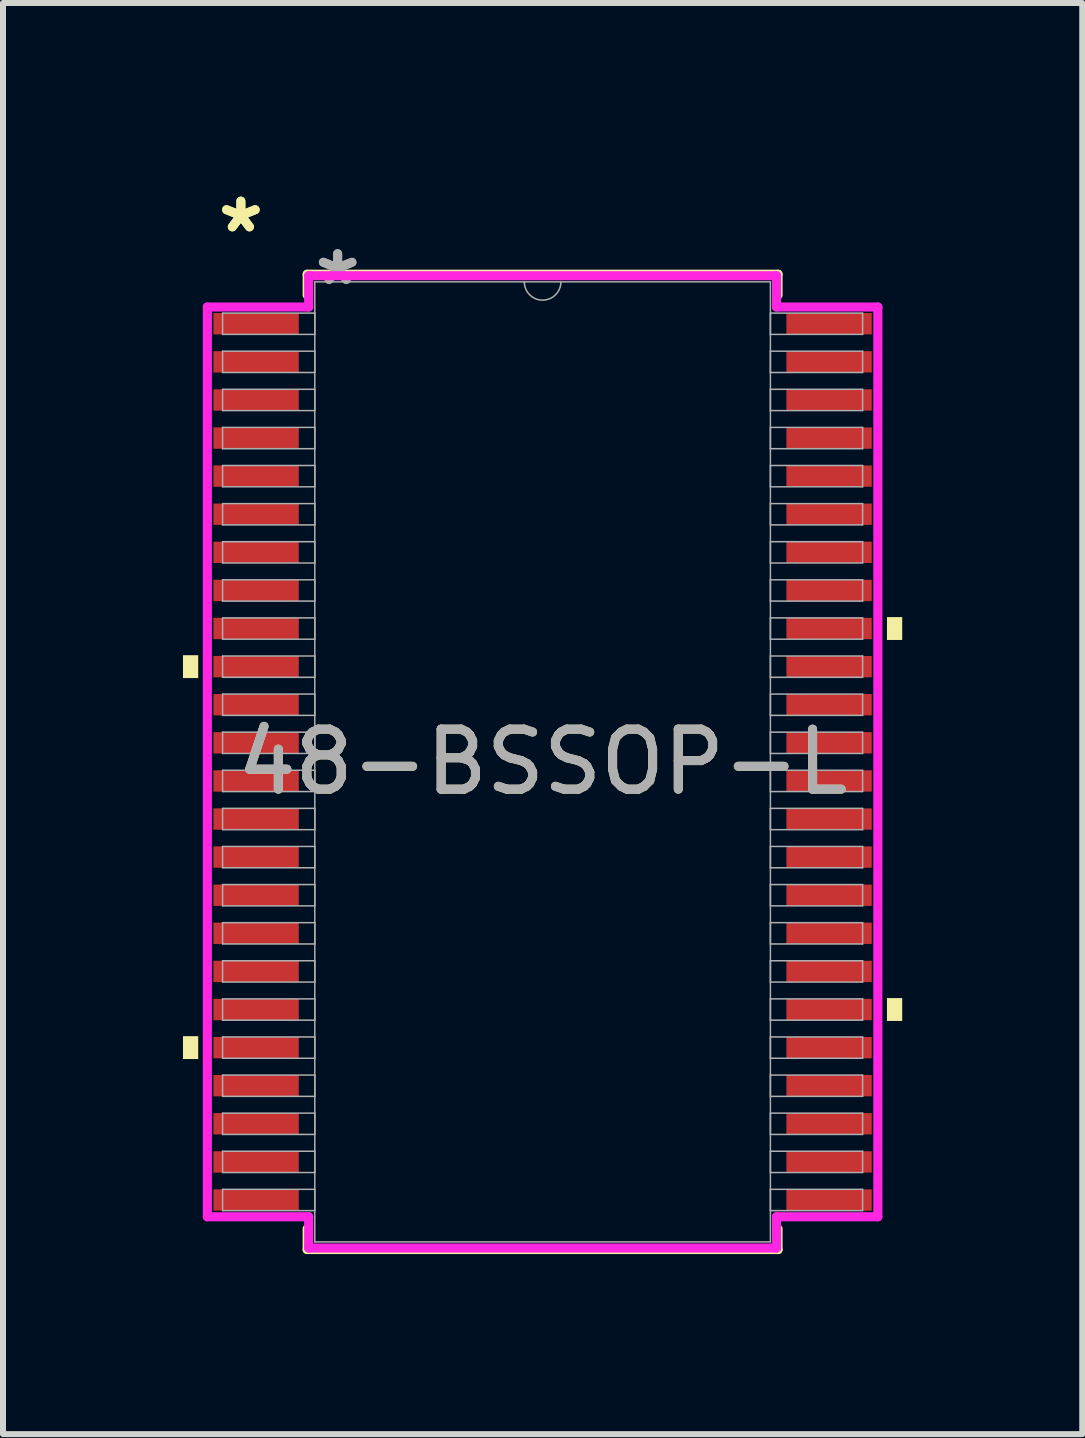
<source format=kicad_pcb>
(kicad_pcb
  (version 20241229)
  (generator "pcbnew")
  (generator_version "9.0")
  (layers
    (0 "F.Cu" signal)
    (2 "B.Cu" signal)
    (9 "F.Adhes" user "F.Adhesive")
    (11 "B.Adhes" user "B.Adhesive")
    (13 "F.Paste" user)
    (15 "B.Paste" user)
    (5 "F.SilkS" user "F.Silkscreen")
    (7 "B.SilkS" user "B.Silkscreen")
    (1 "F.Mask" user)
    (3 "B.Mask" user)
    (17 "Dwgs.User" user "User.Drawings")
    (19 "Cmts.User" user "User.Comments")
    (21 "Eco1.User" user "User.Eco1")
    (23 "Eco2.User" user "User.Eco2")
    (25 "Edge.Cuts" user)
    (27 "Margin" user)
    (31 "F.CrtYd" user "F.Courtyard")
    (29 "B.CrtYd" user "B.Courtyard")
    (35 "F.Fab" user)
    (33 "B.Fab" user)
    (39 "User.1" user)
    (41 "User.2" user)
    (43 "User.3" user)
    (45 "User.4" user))
  (footprint "48-BSSOP-L"
    (layer "F.Cu")
    (at 5.994 9.649)
    (property "Reference" "48-BSSOP-L" (at 0 0 0) (unlocked yes) (layer "F.SilkS") (effects (font (size 1 1) (thickness 0.15))))
    (attr smd)
    (fp_line (start -3.924 -8.128) (end -3.924 -7.782) (stroke (width 0.152) (type solid)) (layer "F.SilkS"))
    (fp_line (start -3.924 7.782) (end -3.924 8.128) (stroke (width 0.152) (type solid)) (layer "F.SilkS"))
    (fp_line (start -3.924 8.128) (end 3.924 8.128) (stroke (width 0.152) (type solid)) (layer "F.SilkS"))
    (fp_line (start 3.924 -8.128) (end -3.924 -8.128) (stroke (width 0.152) (type solid)) (layer "F.SilkS"))
    (fp_line (start 3.924 -7.782) (end 3.924 -8.128) (stroke (width 0.152) (type solid)) (layer "F.SilkS"))
    (fp_line (start 3.924 8.128) (end 3.924 7.782) (stroke (width 0.152) (type solid)) (layer "F.SilkS"))
    (fp_poly (pts (xy -5.994 -1.778) (xy -5.994 -1.397) (xy -5.74 -1.397) (xy -5.74 -1.778)) (stroke (width 0) (type solid)) (fill yes) (layer "F.SilkS"))
    (fp_poly (pts (xy -5.994 4.572) (xy -5.994 4.953) (xy -5.74 4.953) (xy -5.74 4.572)) (stroke (width 0) (type solid)) (fill yes) (layer "F.SilkS"))
    (fp_poly (pts (xy 5.994 -2.413) (xy 5.994 -2.032) (xy 5.74 -2.032) (xy 5.74 -2.413)) (stroke (width 0) (type solid)) (fill yes) (layer "F.SilkS"))
    (fp_poly (pts (xy 5.994 3.937) (xy 5.994 4.318) (xy 5.74 4.318) (xy 5.74 3.937)) (stroke (width 0) (type solid)) (fill yes) (layer "F.SilkS"))
    (fp_line (start -5.588 -7.582) (end -3.899 -7.582) (stroke (width 0.152) (type solid)) (layer "F.CrtYd"))
    (fp_line (start -5.588 7.582) (end -5.588 -7.582) (stroke (width 0.152) (type solid)) (layer "F.CrtYd"))
    (fp_line (start -5.588 7.582) (end -3.899 7.582) (stroke (width 0.152) (type solid)) (layer "F.CrtYd"))
    (fp_line (start -3.899 -8.103) (end 3.899 -8.103) (stroke (width 0.152) (type solid)) (layer "F.CrtYd"))
    (fp_line (start -3.899 -7.582) (end -3.899 -8.103) (stroke (width 0.152) (type solid)) (layer "F.CrtYd"))
    (fp_line (start -3.899 8.103) (end -3.899 7.582) (stroke (width 0.152) (type solid)) (layer "F.CrtYd"))
    (fp_line (start 3.899 -8.103) (end 3.899 -7.582) (stroke (width 0.152) (type solid)) (layer "F.CrtYd"))
    (fp_line (start 3.899 7.582) (end 3.899 8.103) (stroke (width 0.152) (type solid)) (layer "F.CrtYd"))
    (fp_line (start 3.899 8.103) (end -3.899 8.103) (stroke (width 0.152) (type solid)) (layer "F.CrtYd"))
    (fp_line (start 5.588 -7.582) (end 3.899 -7.582) (stroke (width 0.152) (type solid)) (layer "F.CrtYd"))
    (fp_line (start 5.588 -7.582) (end 5.588 7.582) (stroke (width 0.152) (type solid)) (layer "F.CrtYd"))
    (fp_line (start 5.588 7.582) (end 3.899 7.582) (stroke (width 0.152) (type solid)) (layer "F.CrtYd"))
    (fp_line (start -5.334 -7.48) (end -5.334 -7.125) (stroke (width 0.025) (type solid)) (layer "F.Fab"))
    (fp_line (start -5.334 -7.125) (end -3.797 -7.125) (stroke (width 0.025) (type solid)) (layer "F.Fab"))
    (fp_line (start -5.334 -6.845) (end -5.334 -6.49) (stroke (width 0.025) (type solid)) (layer "F.Fab"))
    (fp_line (start -5.334 -6.49) (end -3.797 -6.49) (stroke (width 0.025) (type solid)) (layer "F.Fab"))
    (fp_line (start -5.334 -6.21) (end -5.334 -5.855) (stroke (width 0.025) (type solid)) (layer "F.Fab"))
    (fp_line (start -5.334 -5.855) (end -3.797 -5.855) (stroke (width 0.025) (type solid)) (layer "F.Fab"))
    (fp_line (start -5.334 -5.575) (end -5.334 -5.22) (stroke (width 0.025) (type solid)) (layer "F.Fab"))
    (fp_line (start -5.334 -5.22) (end -3.797 -5.22) (stroke (width 0.025) (type solid)) (layer "F.Fab"))
    (fp_line (start -5.334 -4.94) (end -5.334 -4.585) (stroke (width 0.025) (type solid)) (layer "F.Fab"))
    (fp_line (start -5.334 -4.585) (end -3.797 -4.585) (stroke (width 0.025) (type solid)) (layer "F.Fab"))
    (fp_line (start -5.334 -4.305) (end -5.334 -3.95) (stroke (width 0.025) (type solid)) (layer "F.Fab"))
    (fp_line (start -5.334 -3.95) (end -3.797 -3.95) (stroke (width 0.025) (type solid)) (layer "F.Fab"))
    (fp_line (start -5.334 -3.67) (end -5.334 -3.315) (stroke (width 0.025) (type solid)) (layer "F.Fab"))
    (fp_line (start -5.334 -3.315) (end -3.797 -3.315) (stroke (width 0.025) (type solid)) (layer "F.Fab"))
    (fp_line (start -5.334 -3.035) (end -5.334 -2.68) (stroke (width 0.025) (type solid)) (layer "F.Fab"))
    (fp_line (start -5.334 -2.68) (end -3.797 -2.68) (stroke (width 0.025) (type solid)) (layer "F.Fab"))
    (fp_line (start -5.334 -2.4) (end -5.334 -2.045) (stroke (width 0.025) (type solid)) (layer "F.Fab"))
    (fp_line (start -5.334 -2.045) (end -3.797 -2.045) (stroke (width 0.025) (type solid)) (layer "F.Fab"))
    (fp_line (start -5.334 -1.765) (end -5.334 -1.41) (stroke (width 0.025) (type solid)) (layer "F.Fab"))
    (fp_line (start -5.334 -1.41) (end -3.797 -1.41) (stroke (width 0.025) (type solid)) (layer "F.Fab"))
    (fp_line (start -5.334 -1.13) (end -5.334 -0.775) (stroke (width 0.025) (type solid)) (layer "F.Fab"))
    (fp_line (start -5.334 -0.775) (end -3.797 -0.775) (stroke (width 0.025) (type solid)) (layer "F.Fab"))
    (fp_line (start -5.334 -0.495) (end -5.334 -0.14) (stroke (width 0.025) (type solid)) (layer "F.Fab"))
    (fp_line (start -5.334 -0.14) (end -3.797 -0.14) (stroke (width 0.025) (type solid)) (layer "F.Fab"))
    (fp_line (start -5.334 0.14) (end -5.334 0.495) (stroke (width 0.025) (type solid)) (layer "F.Fab"))
    (fp_line (start -5.334 0.495) (end -3.797 0.495) (stroke (width 0.025) (type solid)) (layer "F.Fab"))
    (fp_line (start -5.334 0.775) (end -5.334 1.13) (stroke (width 0.025) (type solid)) (layer "F.Fab"))
    (fp_line (start -5.334 1.13) (end -3.797 1.13) (stroke (width 0.025) (type solid)) (layer "F.Fab"))
    (fp_line (start -5.334 1.41) (end -5.334 1.765) (stroke (width 0.025) (type solid)) (layer "F.Fab"))
    (fp_line (start -5.334 1.765) (end -3.797 1.765) (stroke (width 0.025) (type solid)) (layer "F.Fab"))
    (fp_line (start -5.334 2.045) (end -5.334 2.4) (stroke (width 0.025) (type solid)) (layer "F.Fab"))
    (fp_line (start -5.334 2.4) (end -3.797 2.4) (stroke (width 0.025) (type solid)) (layer "F.Fab"))
    (fp_line (start -5.334 2.68) (end -5.334 3.035) (stroke (width 0.025) (type solid)) (layer "F.Fab"))
    (fp_line (start -5.334 3.035) (end -3.797 3.035) (stroke (width 0.025) (type solid)) (layer "F.Fab"))
    (fp_line (start -5.334 3.315) (end -5.334 3.67) (stroke (width 0.025) (type solid)) (layer "F.Fab"))
    (fp_line (start -5.334 3.67) (end -3.797 3.67) (stroke (width 0.025) (type solid)) (layer "F.Fab"))
    (fp_line (start -5.334 3.95) (end -5.334 4.305) (stroke (width 0.025) (type solid)) (layer "F.Fab"))
    (fp_line (start -5.334 4.305) (end -3.797 4.305) (stroke (width 0.025) (type solid)) (layer "F.Fab"))
    (fp_line (start -5.334 4.585) (end -5.334 4.94) (stroke (width 0.025) (type solid)) (layer "F.Fab"))
    (fp_line (start -5.334 4.94) (end -3.797 4.94) (stroke (width 0.025) (type solid)) (layer "F.Fab"))
    (fp_line (start -5.334 5.22) (end -5.334 5.575) (stroke (width 0.025) (type solid)) (layer "F.Fab"))
    (fp_line (start -5.334 5.575) (end -3.797 5.575) (stroke (width 0.025) (type solid)) (layer "F.Fab"))
    (fp_line (start -5.334 5.855) (end -5.334 6.21) (stroke (width 0.025) (type solid)) (layer "F.Fab"))
    (fp_line (start -5.334 6.21) (end -3.797 6.21) (stroke (width 0.025) (type solid)) (layer "F.Fab"))
    (fp_line (start -5.334 6.49) (end -5.334 6.845) (stroke (width 0.025) (type solid)) (layer "F.Fab"))
    (fp_line (start -5.334 6.845) (end -3.797 6.845) (stroke (width 0.025) (type solid)) (layer "F.Fab"))
    (fp_line (start -5.334 7.125) (end -5.334 7.48) (stroke (width 0.025) (type solid)) (layer "F.Fab"))
    (fp_line (start -5.334 7.48) (end -3.797 7.48) (stroke (width 0.025) (type solid)) (layer "F.Fab"))
    (fp_line (start -3.797 -8.001) (end -3.797 8.001) (stroke (width 0.025) (type solid)) (layer "F.Fab"))
    (fp_line (start -3.797 -7.48) (end -5.334 -7.48) (stroke (width 0.025) (type solid)) (layer "F.Fab"))
    (fp_line (start -3.797 -7.125) (end -3.797 -7.48) (stroke (width 0.025) (type solid)) (layer "F.Fab"))
    (fp_line (start -3.797 -6.845) (end -5.334 -6.845) (stroke (width 0.025) (type solid)) (layer "F.Fab"))
    (fp_line (start -3.797 -6.49) (end -3.797 -6.845) (stroke (width 0.025) (type solid)) (layer "F.Fab"))
    (fp_line (start -3.797 -6.21) (end -5.334 -6.21) (stroke (width 0.025) (type solid)) (layer "F.Fab"))
    (fp_line (start -3.797 -5.855) (end -3.797 -6.21) (stroke (width 0.025) (type solid)) (layer "F.Fab"))
    (fp_line (start -3.797 -5.575) (end -5.334 -5.575) (stroke (width 0.025) (type solid)) (layer "F.Fab"))
    (fp_line (start -3.797 -5.22) (end -3.797 -5.575) (stroke (width 0.025) (type solid)) (layer "F.Fab"))
    (fp_line (start -3.797 -4.94) (end -5.334 -4.94) (stroke (width 0.025) (type solid)) (layer "F.Fab"))
    (fp_line (start -3.797 -4.585) (end -3.797 -4.94) (stroke (width 0.025) (type solid)) (layer "F.Fab"))
    (fp_line (start -3.797 -4.305) (end -5.334 -4.305) (stroke (width 0.025) (type solid)) (layer "F.Fab"))
    (fp_line (start -3.797 -3.95) (end -3.797 -4.305) (stroke (width 0.025) (type solid)) (layer "F.Fab"))
    (fp_line (start -3.797 -3.67) (end -5.334 -3.67) (stroke (width 0.025) (type solid)) (layer "F.Fab"))
    (fp_line (start -3.797 -3.315) (end -3.797 -3.67) (stroke (width 0.025) (type solid)) (layer "F.Fab"))
    (fp_line (start -3.797 -3.035) (end -5.334 -3.035) (stroke (width 0.025) (type solid)) (layer "F.Fab"))
    (fp_line (start -3.797 -2.68) (end -3.797 -3.035) (stroke (width 0.025) (type solid)) (layer "F.Fab"))
    (fp_line (start -3.797 -2.4) (end -5.334 -2.4) (stroke (width 0.025) (type solid)) (layer "F.Fab"))
    (fp_line (start -3.797 -2.045) (end -3.797 -2.4) (stroke (width 0.025) (type solid)) (layer "F.Fab"))
    (fp_line (start -3.797 -1.765) (end -5.334 -1.765) (stroke (width 0.025) (type solid)) (layer "F.Fab"))
    (fp_line (start -3.797 -1.41) (end -3.797 -1.765) (stroke (width 0.025) (type solid)) (layer "F.Fab"))
    (fp_line (start -3.797 -1.13) (end -5.334 -1.13) (stroke (width 0.025) (type solid)) (layer "F.Fab"))
    (fp_line (start -3.797 -0.775) (end -3.797 -1.13) (stroke (width 0.025) (type solid)) (layer "F.Fab"))
    (fp_line (start -3.797 -0.495) (end -5.334 -0.495) (stroke (width 0.025) (type solid)) (layer "F.Fab"))
    (fp_line (start -3.797 -0.14) (end -3.797 -0.495) (stroke (width 0.025) (type solid)) (layer "F.Fab"))
    (fp_line (start -3.797 0.14) (end -5.334 0.14) (stroke (width 0.025) (type solid)) (layer "F.Fab"))
    (fp_line (start -3.797 0.495) (end -3.797 0.14) (stroke (width 0.025) (type solid)) (layer "F.Fab"))
    (fp_line (start -3.797 0.775) (end -5.334 0.775) (stroke (width 0.025) (type solid)) (layer "F.Fab"))
    (fp_line (start -3.797 1.13) (end -3.797 0.775) (stroke (width 0.025) (type solid)) (layer "F.Fab"))
    (fp_line (start -3.797 1.41) (end -5.334 1.41) (stroke (width 0.025) (type solid)) (layer "F.Fab"))
    (fp_line (start -3.797 1.765) (end -3.797 1.41) (stroke (width 0.025) (type solid)) (layer "F.Fab"))
    (fp_line (start -3.797 2.045) (end -5.334 2.045) (stroke (width 0.025) (type solid)) (layer "F.Fab"))
    (fp_line (start -3.797 2.4) (end -3.797 2.045) (stroke (width 0.025) (type solid)) (layer "F.Fab"))
    (fp_line (start -3.797 2.68) (end -5.334 2.68) (stroke (width 0.025) (type solid)) (layer "F.Fab"))
    (fp_line (start -3.797 3.035) (end -3.797 2.68) (stroke (width 0.025) (type solid)) (layer "F.Fab"))
    (fp_line (start -3.797 3.315) (end -5.334 3.315) (stroke (width 0.025) (type solid)) (layer "F.Fab"))
    (fp_line (start -3.797 3.67) (end -3.797 3.315) (stroke (width 0.025) (type solid)) (layer "F.Fab"))
    (fp_line (start -3.797 3.95) (end -5.334 3.95) (stroke (width 0.025) (type solid)) (layer "F.Fab"))
    (fp_line (start -3.797 4.305) (end -3.797 3.95) (stroke (width 0.025) (type solid)) (layer "F.Fab"))
    (fp_line (start -3.797 4.585) (end -5.334 4.585) (stroke (width 0.025) (type solid)) (layer "F.Fab"))
    (fp_line (start -3.797 4.94) (end -3.797 4.585) (stroke (width 0.025) (type solid)) (layer "F.Fab"))
    (fp_line (start -3.797 5.22) (end -5.334 5.22) (stroke (width 0.025) (type solid)) (layer "F.Fab"))
    (fp_line (start -3.797 5.575) (end -3.797 5.22) (stroke (width 0.025) (type solid)) (layer "F.Fab"))
    (fp_line (start -3.797 5.855) (end -5.334 5.855) (stroke (width 0.025) (type solid)) (layer "F.Fab"))
    (fp_line (start -3.797 6.21) (end -3.797 5.855) (stroke (width 0.025) (type solid)) (layer "F.Fab"))
    (fp_line (start -3.797 6.49) (end -5.334 6.49) (stroke (width 0.025) (type solid)) (layer "F.Fab"))
    (fp_line (start -3.797 6.845) (end -3.797 6.49) (stroke (width 0.025) (type solid)) (layer "F.Fab"))
    (fp_line (start -3.797 7.125) (end -5.334 7.125) (stroke (width 0.025) (type solid)) (layer "F.Fab"))
    (fp_line (start -3.797 7.48) (end -3.797 7.125) (stroke (width 0.025) (type solid)) (layer "F.Fab"))
    (fp_line (start -3.797 8.001) (end 3.797 8.001) (stroke (width 0.025) (type solid)) (layer "F.Fab"))
    (fp_line (start 3.797 -8.001) (end -3.797 -8.001) (stroke (width 0.025) (type solid)) (layer "F.Fab"))
    (fp_line (start 3.797 -7.48) (end 3.797 -7.125) (stroke (width 0.025) (type solid)) (layer "F.Fab"))
    (fp_line (start 3.797 -7.125) (end 5.334 -7.125) (stroke (width 0.025) (type solid)) (layer "F.Fab"))
    (fp_line (start 3.797 -6.845) (end 3.797 -6.49) (stroke (width 0.025) (type solid)) (layer "F.Fab"))
    (fp_line (start 3.797 -6.49) (end 5.334 -6.49) (stroke (width 0.025) (type solid)) (layer "F.Fab"))
    (fp_line (start 3.797 -6.21) (end 3.797 -5.855) (stroke (width 0.025) (type solid)) (layer "F.Fab"))
    (fp_line (start 3.797 -5.855) (end 5.334 -5.855) (stroke (width 0.025) (type solid)) (layer "F.Fab"))
    (fp_line (start 3.797 -5.575) (end 3.797 -5.22) (stroke (width 0.025) (type solid)) (layer "F.Fab"))
    (fp_line (start 3.797 -5.22) (end 5.334 -5.22) (stroke (width 0.025) (type solid)) (layer "F.Fab"))
    (fp_line (start 3.797 -4.94) (end 3.797 -4.585) (stroke (width 0.025) (type solid)) (layer "F.Fab"))
    (fp_line (start 3.797 -4.585) (end 5.334 -4.585) (stroke (width 0.025) (type solid)) (layer "F.Fab"))
    (fp_line (start 3.797 -4.305) (end 3.797 -3.95) (stroke (width 0.025) (type solid)) (layer "F.Fab"))
    (fp_line (start 3.797 -3.95) (end 5.334 -3.95) (stroke (width 0.025) (type solid)) (layer "F.Fab"))
    (fp_line (start 3.797 -3.67) (end 3.797 -3.315) (stroke (width 0.025) (type solid)) (layer "F.Fab"))
    (fp_line (start 3.797 -3.315) (end 5.334 -3.315) (stroke (width 0.025) (type solid)) (layer "F.Fab"))
    (fp_line (start 3.797 -3.035) (end 3.797 -2.68) (stroke (width 0.025) (type solid)) (layer "F.Fab"))
    (fp_line (start 3.797 -2.68) (end 5.334 -2.68) (stroke (width 0.025) (type solid)) (layer "F.Fab"))
    (fp_line (start 3.797 -2.4) (end 3.797 -2.045) (stroke (width 0.025) (type solid)) (layer "F.Fab"))
    (fp_line (start 3.797 -2.045) (end 5.334 -2.045) (stroke (width 0.025) (type solid)) (layer "F.Fab"))
    (fp_line (start 3.797 -1.765) (end 3.797 -1.41) (stroke (width 0.025) (type solid)) (layer "F.Fab"))
    (fp_line (start 3.797 -1.41) (end 5.334 -1.41) (stroke (width 0.025) (type solid)) (layer "F.Fab"))
    (fp_line (start 3.797 -1.13) (end 3.797 -0.775) (stroke (width 0.025) (type solid)) (layer "F.Fab"))
    (fp_line (start 3.797 -0.775) (end 5.334 -0.775) (stroke (width 0.025) (type solid)) (layer "F.Fab"))
    (fp_line (start 3.797 -0.495) (end 3.797 -0.14) (stroke (width 0.025) (type solid)) (layer "F.Fab"))
    (fp_line (start 3.797 -0.14) (end 5.334 -0.14) (stroke (width 0.025) (type solid)) (layer "F.Fab"))
    (fp_line (start 3.797 0.14) (end 3.797 0.495) (stroke (width 0.025) (type solid)) (layer "F.Fab"))
    (fp_line (start 3.797 0.495) (end 5.334 0.495) (stroke (width 0.025) (type solid)) (layer "F.Fab"))
    (fp_line (start 3.797 0.775) (end 3.797 1.13) (stroke (width 0.025) (type solid)) (layer "F.Fab"))
    (fp_line (start 3.797 1.13) (end 5.334 1.13) (stroke (width 0.025) (type solid)) (layer "F.Fab"))
    (fp_line (start 3.797 1.41) (end 3.797 1.765) (stroke (width 0.025) (type solid)) (layer "F.Fab"))
    (fp_line (start 3.797 1.765) (end 5.334 1.765) (stroke (width 0.025) (type solid)) (layer "F.Fab"))
    (fp_line (start 3.797 2.045) (end 3.797 2.4) (stroke (width 0.025) (type solid)) (layer "F.Fab"))
    (fp_line (start 3.797 2.4) (end 5.334 2.4) (stroke (width 0.025) (type solid)) (layer "F.Fab"))
    (fp_line (start 3.797 2.68) (end 3.797 3.035) (stroke (width 0.025) (type solid)) (layer "F.Fab"))
    (fp_line (start 3.797 3.035) (end 5.334 3.035) (stroke (width 0.025) (type solid)) (layer "F.Fab"))
    (fp_line (start 3.797 3.315) (end 3.797 3.67) (stroke (width 0.025) (type solid)) (layer "F.Fab"))
    (fp_line (start 3.797 3.67) (end 5.334 3.67) (stroke (width 0.025) (type solid)) (layer "F.Fab"))
    (fp_line (start 3.797 3.95) (end 3.797 4.305) (stroke (width 0.025) (type solid)) (layer "F.Fab"))
    (fp_line (start 3.797 4.305) (end 5.334 4.305) (stroke (width 0.025) (type solid)) (layer "F.Fab"))
    (fp_line (start 3.797 4.585) (end 3.797 4.94) (stroke (width 0.025) (type solid)) (layer "F.Fab"))
    (fp_line (start 3.797 4.94) (end 5.334 4.94) (stroke (width 0.025) (type solid)) (layer "F.Fab"))
    (fp_line (start 3.797 5.22) (end 3.797 5.575) (stroke (width 0.025) (type solid)) (layer "F.Fab"))
    (fp_line (start 3.797 5.575) (end 5.334 5.575) (stroke (width 0.025) (type solid)) (layer "F.Fab"))
    (fp_line (start 3.797 5.855) (end 3.797 6.21) (stroke (width 0.025) (type solid)) (layer "F.Fab"))
    (fp_line (start 3.797 6.21) (end 5.334 6.21) (stroke (width 0.025) (type solid)) (layer "F.Fab"))
    (fp_line (start 3.797 6.49) (end 3.797 6.845) (stroke (width 0.025) (type solid)) (layer "F.Fab"))
    (fp_line (start 3.797 6.845) (end 5.334 6.845) (stroke (width 0.025) (type solid)) (layer "F.Fab"))
    (fp_line (start 3.797 7.125) (end 3.797 7.48) (stroke (width 0.025) (type solid)) (layer "F.Fab"))
    (fp_line (start 3.797 7.48) (end 5.334 7.48) (stroke (width 0.025) (type solid)) (layer "F.Fab"))
    (fp_line (start 3.797 8.001) (end 3.797 -8.001) (stroke (width 0.025) (type solid)) (layer "F.Fab"))
    (fp_line (start 5.334 -7.48) (end 3.797 -7.48) (stroke (width 0.025) (type solid)) (layer "F.Fab"))
    (fp_line (start 5.334 -7.125) (end 5.334 -7.48) (stroke (width 0.025) (type solid)) (layer "F.Fab"))
    (fp_line (start 5.334 -6.845) (end 3.797 -6.845) (stroke (width 0.025) (type solid)) (layer "F.Fab"))
    (fp_line (start 5.334 -6.49) (end 5.334 -6.845) (stroke (width 0.025) (type solid)) (layer "F.Fab"))
    (fp_line (start 5.334 -6.21) (end 3.797 -6.21) (stroke (width 0.025) (type solid)) (layer "F.Fab"))
    (fp_line (start 5.334 -5.855) (end 5.334 -6.21) (stroke (width 0.025) (type solid)) (layer "F.Fab"))
    (fp_line (start 5.334 -5.575) (end 3.797 -5.575) (stroke (width 0.025) (type solid)) (layer "F.Fab"))
    (fp_line (start 5.334 -5.22) (end 5.334 -5.575) (stroke (width 0.025) (type solid)) (layer "F.Fab"))
    (fp_line (start 5.334 -4.94) (end 3.797 -4.94) (stroke (width 0.025) (type solid)) (layer "F.Fab"))
    (fp_line (start 5.334 -4.585) (end 5.334 -4.94) (stroke (width 0.025) (type solid)) (layer "F.Fab"))
    (fp_line (start 5.334 -4.305) (end 3.797 -4.305) (stroke (width 0.025) (type solid)) (layer "F.Fab"))
    (fp_line (start 5.334 -3.95) (end 5.334 -4.305) (stroke (width 0.025) (type solid)) (layer "F.Fab"))
    (fp_line (start 5.334 -3.67) (end 3.797 -3.67) (stroke (width 0.025) (type solid)) (layer "F.Fab"))
    (fp_line (start 5.334 -3.315) (end 5.334 -3.67) (stroke (width 0.025) (type solid)) (layer "F.Fab"))
    (fp_line (start 5.334 -3.035) (end 3.797 -3.035) (stroke (width 0.025) (type solid)) (layer "F.Fab"))
    (fp_line (start 5.334 -2.68) (end 5.334 -3.035) (stroke (width 0.025) (type solid)) (layer "F.Fab"))
    (fp_line (start 5.334 -2.4) (end 3.797 -2.4) (stroke (width 0.025) (type solid)) (layer "F.Fab"))
    (fp_line (start 5.334 -2.045) (end 5.334 -2.4) (stroke (width 0.025) (type solid)) (layer "F.Fab"))
    (fp_line (start 5.334 -1.765) (end 3.797 -1.765) (stroke (width 0.025) (type solid)) (layer "F.Fab"))
    (fp_line (start 5.334 -1.41) (end 5.334 -1.765) (stroke (width 0.025) (type solid)) (layer "F.Fab"))
    (fp_line (start 5.334 -1.13) (end 3.797 -1.13) (stroke (width 0.025) (type solid)) (layer "F.Fab"))
    (fp_line (start 5.334 -0.775) (end 5.334 -1.13) (stroke (width 0.025) (type solid)) (layer "F.Fab"))
    (fp_line (start 5.334 -0.495) (end 3.797 -0.495) (stroke (width 0.025) (type solid)) (layer "F.Fab"))
    (fp_line (start 5.334 -0.14) (end 5.334 -0.495) (stroke (width 0.025) (type solid)) (layer "F.Fab"))
    (fp_line (start 5.334 0.14) (end 3.797 0.14) (stroke (width 0.025) (type solid)) (layer "F.Fab"))
    (fp_line (start 5.334 0.495) (end 5.334 0.14) (stroke (width 0.025) (type solid)) (layer "F.Fab"))
    (fp_line (start 5.334 0.775) (end 3.797 0.775) (stroke (width 0.025) (type solid)) (layer "F.Fab"))
    (fp_line (start 5.334 1.13) (end 5.334 0.775) (stroke (width 0.025) (type solid)) (layer "F.Fab"))
    (fp_line (start 5.334 1.41) (end 3.797 1.41) (stroke (width 0.025) (type solid)) (layer "F.Fab"))
    (fp_line (start 5.334 1.765) (end 5.334 1.41) (stroke (width 0.025) (type solid)) (layer "F.Fab"))
    (fp_line (start 5.334 2.045) (end 3.797 2.045) (stroke (width 0.025) (type solid)) (layer "F.Fab"))
    (fp_line (start 5.334 2.4) (end 5.334 2.045) (stroke (width 0.025) (type solid)) (layer "F.Fab"))
    (fp_line (start 5.334 2.68) (end 3.797 2.68) (stroke (width 0.025) (type solid)) (layer "F.Fab"))
    (fp_line (start 5.334 3.035) (end 5.334 2.68) (stroke (width 0.025) (type solid)) (layer "F.Fab"))
    (fp_line (start 5.334 3.315) (end 3.797 3.315) (stroke (width 0.025) (type solid)) (layer "F.Fab"))
    (fp_line (start 5.334 3.67) (end 5.334 3.315) (stroke (width 0.025) (type solid)) (layer "F.Fab"))
    (fp_line (start 5.334 3.95) (end 3.797 3.95) (stroke (width 0.025) (type solid)) (layer "F.Fab"))
    (fp_line (start 5.334 4.305) (end 5.334 3.95) (stroke (width 0.025) (type solid)) (layer "F.Fab"))
    (fp_line (start 5.334 4.585) (end 3.797 4.585) (stroke (width 0.025) (type solid)) (layer "F.Fab"))
    (fp_line (start 5.334 4.94) (end 5.334 4.585) (stroke (width 0.025) (type solid)) (layer "F.Fab"))
    (fp_line (start 5.334 5.22) (end 3.797 5.22) (stroke (width 0.025) (type solid)) (layer "F.Fab"))
    (fp_line (start 5.334 5.575) (end 5.334 5.22) (stroke (width 0.025) (type solid)) (layer "F.Fab"))
    (fp_line (start 5.334 5.855) (end 3.797 5.855) (stroke (width 0.025) (type solid)) (layer "F.Fab"))
    (fp_line (start 5.334 6.21) (end 5.334 5.855) (stroke (width 0.025) (type solid)) (layer "F.Fab"))
    (fp_line (start 5.334 6.49) (end 3.797 6.49) (stroke (width 0.025) (type solid)) (layer "F.Fab"))
    (fp_line (start 5.334 6.845) (end 5.334 6.49) (stroke (width 0.025) (type solid)) (layer "F.Fab"))
    (fp_line (start 5.334 7.125) (end 3.797 7.125) (stroke (width 0.025) (type solid)) (layer "F.Fab"))
    (fp_line (start 5.334 7.48) (end 5.334 7.125) (stroke (width 0.025) (type solid)) (layer "F.Fab"))
    (fp_arc (start 0.3048 -8.001) (mid 0 -7.6962) (end -0.3048 -8.001) (stroke (width 0.0254) (type solid)) (layer "F.Fab"))
    (fp_text user "*" (at -5.029 -8.801 0) (layer "F.SilkS") (effects (font (size 1 1) (thickness 0.15))))
    (fp_text user "*" (at -5.029 -8.801 0) (unlocked yes) (layer "F.SilkS") (effects (font (size 1 1) (thickness 0.15))))
    (fp_text user "*" (at -3.416 -7.925 0) (unlocked yes) (layer "F.Fab") (effects (font (size 1 1) (thickness 0.15))))
    (fp_text user "${REFERENCE}" (at 0 0 0) (unlocked yes) (layer "F.Fab") (effects (font (size 1 1) (thickness 0.15))))
    (fp_text user "*" (at -3.416 -7.925 0) (layer "F.Fab") (effects (font (size 1 1) (thickness 0.15))))
    (pad "1" smd rect (at -4.775 -7.303) (size 1.422 0.356) (layers "F.Cu" "F.Mask" "F.Paste"))
    (pad "2" smd rect (at -4.775 -6.668) (size 1.422 0.356) (layers "F.Cu" "F.Mask" "F.Paste"))
    (pad "3" smd rect (at -4.775 -6.032) (size 1.422 0.356) (layers "F.Cu" "F.Mask" "F.Paste"))
    (pad "4" smd rect (at -4.775 -5.397) (size 1.422 0.356) (layers "F.Cu" "F.Mask" "F.Paste"))
    (pad "5" smd rect (at -4.775 -4.763) (size 1.422 0.356) (layers "F.Cu" "F.Mask" "F.Paste"))
    (pad "6" smd rect (at -4.775 -4.128) (size 1.422 0.356) (layers "F.Cu" "F.Mask" "F.Paste"))
    (pad "7" smd rect (at -4.775 -3.493) (size 1.422 0.356) (layers "F.Cu" "F.Mask" "F.Paste"))
    (pad "8" smd rect (at -4.775 -2.857) (size 1.422 0.356) (layers "F.Cu" "F.Mask" "F.Paste"))
    (pad "9" smd rect (at -4.775 -2.223) (size 1.422 0.356) (layers "F.Cu" "F.Mask" "F.Paste"))
    (pad "10" smd rect (at -4.775 -1.587) (size 1.422 0.356) (layers "F.Cu" "F.Mask" "F.Paste"))
    (pad "11" smd rect (at -4.775 -0.953) (size 1.422 0.356) (layers "F.Cu" "F.Mask" "F.Paste"))
    (pad "12" smd rect (at -4.775 -0.318) (size 1.422 0.356) (layers "F.Cu" "F.Mask" "F.Paste"))
    (pad "13" smd rect (at -4.775 0.318) (size 1.422 0.356) (layers "F.Cu" "F.Mask" "F.Paste"))
    (pad "14" smd rect (at -4.775 0.953) (size 1.422 0.356) (layers "F.Cu" "F.Mask" "F.Paste"))
    (pad "15" smd rect (at -4.775 1.587) (size 1.422 0.356) (layers "F.Cu" "F.Mask" "F.Paste"))
    (pad "16" smd rect (at -4.775 2.223) (size 1.422 0.356) (layers "F.Cu" "F.Mask" "F.Paste"))
    (pad "17" smd rect (at -4.775 2.857) (size 1.422 0.356) (layers "F.Cu" "F.Mask" "F.Paste"))
    (pad "18" smd rect (at -4.775 3.493) (size 1.422 0.356) (layers "F.Cu" "F.Mask" "F.Paste"))
    (pad "19" smd rect (at -4.775 4.128) (size 1.422 0.356) (layers "F.Cu" "F.Mask" "F.Paste"))
    (pad "20" smd rect (at -4.775 4.763) (size 1.422 0.356) (layers "F.Cu" "F.Mask" "F.Paste"))
    (pad "21" smd rect (at -4.775 5.397) (size 1.422 0.356) (layers "F.Cu" "F.Mask" "F.Paste"))
    (pad "22" smd rect (at -4.775 6.032) (size 1.422 0.356) (layers "F.Cu" "F.Mask" "F.Paste"))
    (pad "23" smd rect (at -4.775 6.668) (size 1.422 0.356) (layers "F.Cu" "F.Mask" "F.Paste"))
    (pad "24" smd rect (at -4.775 7.303) (size 1.422 0.356) (layers "F.Cu" "F.Mask" "F.Paste"))
    (pad "25" smd rect (at 4.775 7.303) (size 1.422 0.356) (layers "F.Cu" "F.Mask" "F.Paste"))
    (pad "26" smd rect (at 4.775 6.668) (size 1.422 0.356) (layers "F.Cu" "F.Mask" "F.Paste"))
    (pad "27" smd rect (at 4.775 6.032) (size 1.422 0.356) (layers "F.Cu" "F.Mask" "F.Paste"))
    (pad "28" smd rect (at 4.775 5.397) (size 1.422 0.356) (layers "F.Cu" "F.Mask" "F.Paste"))
    (pad "29" smd rect (at 4.775 4.763) (size 1.422 0.356) (layers "F.Cu" "F.Mask" "F.Paste"))
    (pad "30" smd rect (at 4.775 4.128) (size 1.422 0.356) (layers "F.Cu" "F.Mask" "F.Paste"))
    (pad "31" smd rect (at 4.775 3.493) (size 1.422 0.356) (layers "F.Cu" "F.Mask" "F.Paste"))
    (pad "32" smd rect (at 4.775 2.857) (size 1.422 0.356) (layers "F.Cu" "F.Mask" "F.Paste"))
    (pad "33" smd rect (at 4.775 2.223) (size 1.422 0.356) (layers "F.Cu" "F.Mask" "F.Paste"))
    (pad "34" smd rect (at 4.775 1.587) (size 1.422 0.356) (layers "F.Cu" "F.Mask" "F.Paste"))
    (pad "35" smd rect (at 4.775 0.953) (size 1.422 0.356) (layers "F.Cu" "F.Mask" "F.Paste"))
    (pad "36" smd rect (at 4.775 0.318) (size 1.422 0.356) (layers "F.Cu" "F.Mask" "F.Paste"))
    (pad "37" smd rect (at 4.775 -0.318) (size 1.422 0.356) (layers "F.Cu" "F.Mask" "F.Paste"))
    (pad "38" smd rect (at 4.775 -0.953) (size 1.422 0.356) (layers "F.Cu" "F.Mask" "F.Paste"))
    (pad "39" smd rect (at 4.775 -1.587) (size 1.422 0.356) (layers "F.Cu" "F.Mask" "F.Paste"))
    (pad "40" smd rect (at 4.775 -2.223) (size 1.422 0.356) (layers "F.Cu" "F.Mask" "F.Paste"))
    (pad "41" smd rect (at 4.775 -2.857) (size 1.422 0.356) (layers "F.Cu" "F.Mask" "F.Paste"))
    (pad "42" smd rect (at 4.775 -3.493) (size 1.422 0.356) (layers "F.Cu" "F.Mask" "F.Paste"))
    (pad "43" smd rect (at 4.775 -4.128) (size 1.422 0.356) (layers "F.Cu" "F.Mask" "F.Paste"))
    (pad "44" smd rect (at 4.775 -4.763) (size 1.422 0.356) (layers "F.Cu" "F.Mask" "F.Paste"))
    (pad "45" smd rect (at 4.775 -5.397) (size 1.422 0.356) (layers "F.Cu" "F.Mask" "F.Paste"))
    (pad "46" smd rect (at 4.775 -6.032) (size 1.422 0.356) (layers "F.Cu" "F.Mask" "F.Paste"))
    (pad "47" smd rect (at 4.775 -6.668) (size 1.422 0.356) (layers "F.Cu" "F.Mask" "F.Paste"))
    (pad "48" smd rect (at 4.775 -7.303) (size 1.422 0.356) (layers "F.Cu" "F.Mask" "F.Paste")))
  (gr_rect
    (start -3 -3)
    (end 14.989 20.854)
    (stroke (width 0.1) (type default))
    (fill no)
    (layer "Edge.Cuts")))
</source>
